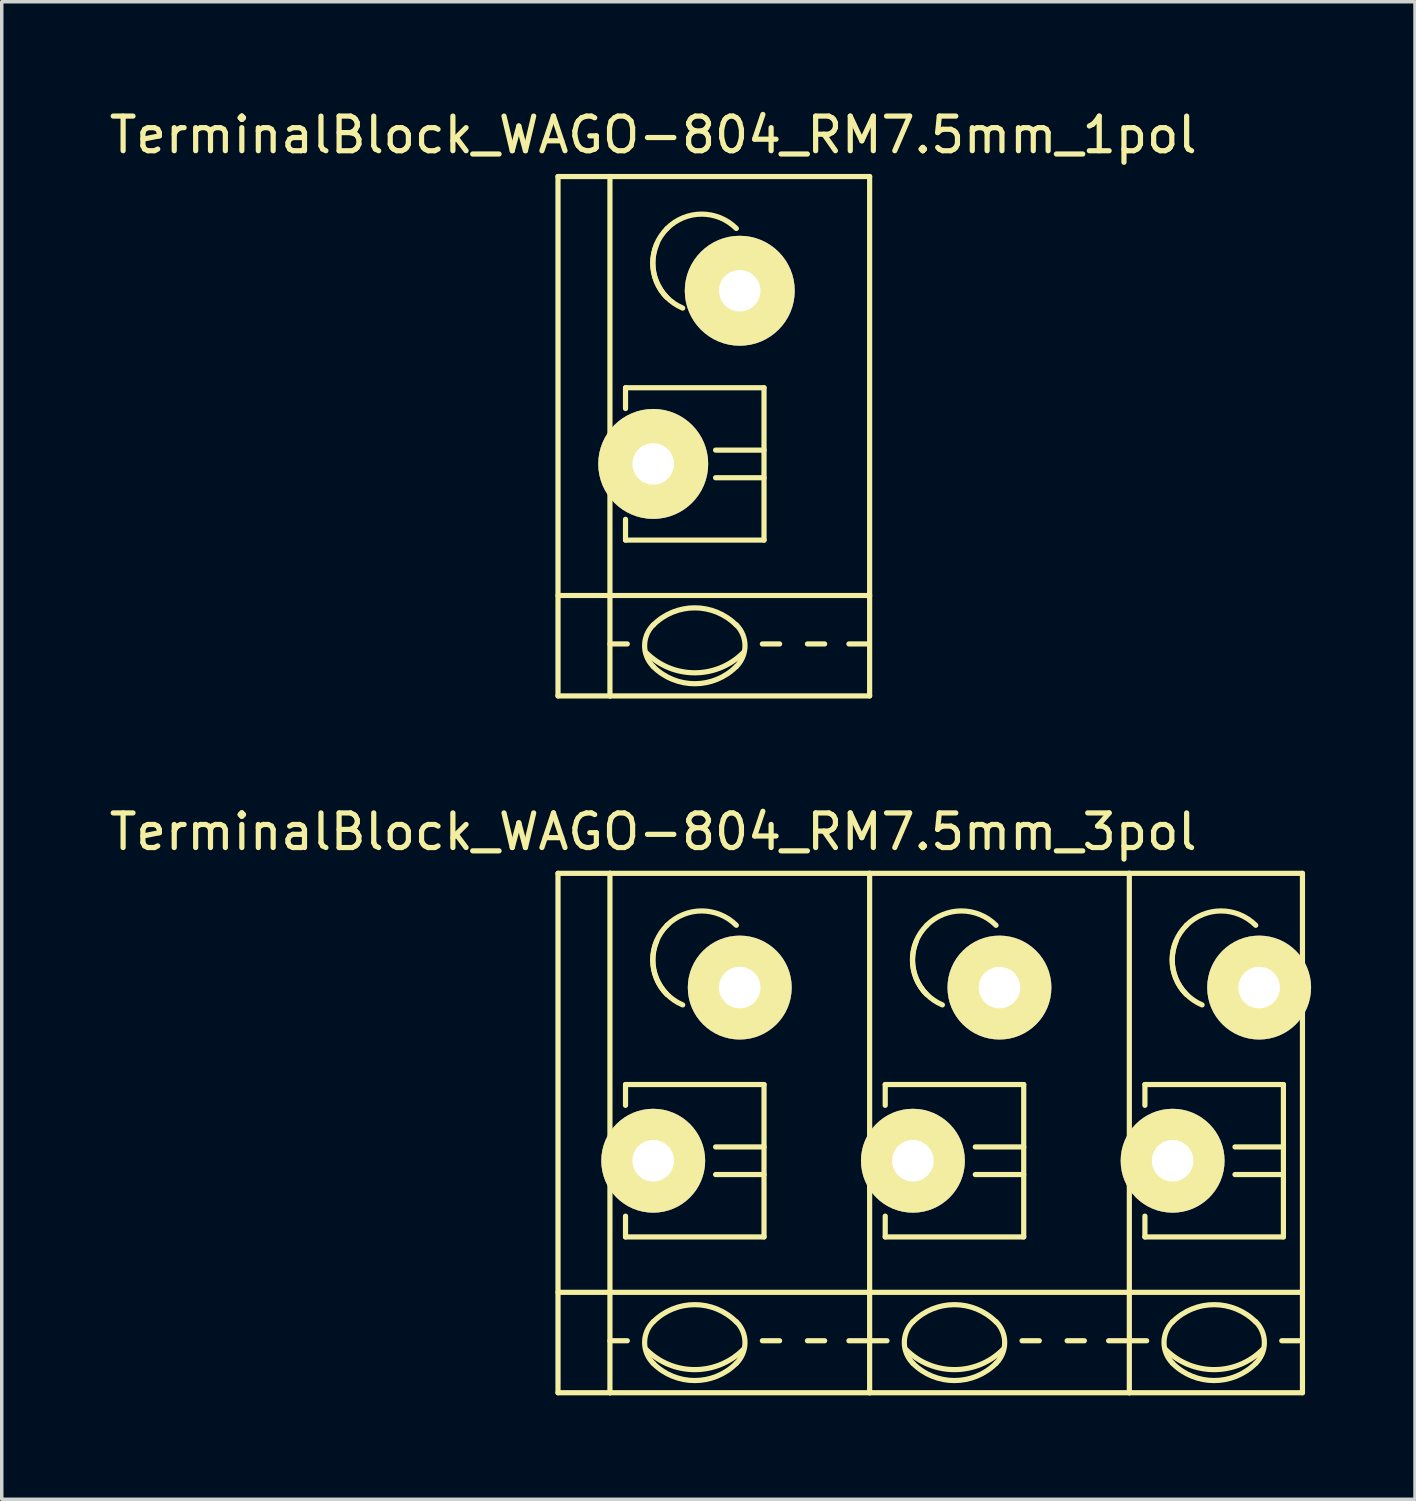
<source format=kicad_pcb>
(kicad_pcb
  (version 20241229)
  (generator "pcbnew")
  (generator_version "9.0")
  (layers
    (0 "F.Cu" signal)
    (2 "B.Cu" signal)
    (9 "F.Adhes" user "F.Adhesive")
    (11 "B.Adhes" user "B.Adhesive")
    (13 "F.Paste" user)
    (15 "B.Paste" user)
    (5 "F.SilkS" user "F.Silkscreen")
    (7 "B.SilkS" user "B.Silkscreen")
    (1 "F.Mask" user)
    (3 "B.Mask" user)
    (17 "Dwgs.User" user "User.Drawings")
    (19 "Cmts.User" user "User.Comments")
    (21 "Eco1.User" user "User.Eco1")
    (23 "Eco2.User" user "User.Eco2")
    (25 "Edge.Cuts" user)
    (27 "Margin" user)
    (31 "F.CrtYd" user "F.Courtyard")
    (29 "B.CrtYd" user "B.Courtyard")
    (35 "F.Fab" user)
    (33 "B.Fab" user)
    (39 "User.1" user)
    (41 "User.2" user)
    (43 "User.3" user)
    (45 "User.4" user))
  (footprint "TerminalBlock_WAGO-804_RM7.5mm_1pol"
    (layer "F.Cu")
    (at 15.815 10.348)
    (property "Reference" "TerminalBlock_WAGO-804_RM7.5mm_1pol" (at 0 -9.5 0) (layer "F.SilkS") (effects (font (size 1 1) (thickness 0.15))))
    (attr through_hole)
    (fp_line (start -2.75 -8.3) (end -1.25 -8.3) (stroke (width 0.15) (type solid)) (layer "F.SilkS"))
    (fp_line (start -2.75 6.7) (end -2.75 -8.3) (stroke (width 0.15) (type solid)) (layer "F.SilkS"))
    (fp_line (start -1.25 3.8) (end -2.75 3.8) (stroke (width 0.15) (type solid)) (layer "F.SilkS"))
    (fp_line (start -1.25 3.8) (end 6.25 3.8) (stroke (width 0.15) (type solid)) (layer "F.SilkS"))
    (fp_line (start -1.25 6.7) (end -2.75 6.7) (stroke (width 0.15) (type solid)) (layer "F.SilkS"))
    (fp_line (start -1.25 5.199) (end -0.749 5.199) (stroke (width 0.15) (type solid)) (layer "F.SilkS"))
    (fp_line (start -1.25 6.701) (end -1.25 -8.301) (stroke (width 0.15) (type solid)) (layer "F.SilkS"))
    (fp_line (start -0.8 -2.2) (end -0.8 -1.6) (stroke (width 0.15) (type solid)) (layer "F.SilkS"))
    (fp_line (start -0.8 -2.2) (end 3.2 -2.2) (stroke (width 0.15) (type solid)) (layer "F.SilkS"))
    (fp_line (start -0.8 2.2) (end -0.8 1.6) (stroke (width 0.15) (type solid)) (layer "F.SilkS"))
    (fp_line (start 3.2 -2.2) (end 3.2 2.2) (stroke (width 0.15) (type solid)) (layer "F.SilkS"))
    (fp_line (start 3.2 -0.399) (end 1.801 -0.399) (stroke (width 0.15) (type solid)) (layer "F.SilkS"))
    (fp_line (start 3.2 0.399) (end 1.801 0.399) (stroke (width 0.15) (type solid)) (layer "F.SilkS"))
    (fp_line (start 3.2 2.2) (end -0.8 2.2) (stroke (width 0.15) (type solid)) (layer "F.SilkS"))
    (fp_line (start 3.65 5.199) (end 3.152 5.199) (stroke (width 0.15) (type solid)) (layer "F.SilkS"))
    (fp_line (start 4.951 5.199) (end 4.454 5.199) (stroke (width 0.15) (type solid)) (layer "F.SilkS"))
    (fp_line (start 6.149 5.199) (end 5.652 5.199) (stroke (width 0.15) (type solid)) (layer "F.SilkS"))
    (fp_line (start 6.25 -8.3) (end -1.25 -8.3) (stroke (width 0.15) (type solid)) (layer "F.SilkS"))
    (fp_line (start 6.25 6.7) (end -1.25 6.7) (stroke (width 0.15) (type solid)) (layer "F.SilkS"))
    (fp_line (start 6.25 6.7) (end 6.25 -8.3) (stroke (width 0.15) (type solid)) (layer "F.SilkS"))
    (fp_arc (start 0 4.65328) (mid 1.19888 4.156688) (end 2.39776 4.65328) (stroke (width 0.15) (type solid)) (layer "F.SilkS"))
    (fp_arc (start 0 5.84962) (mid -0.248296 5.25018) (end 0 4.65074) (stroke (width 0.15) (type solid)) (layer "F.SilkS"))
    (fp_arc (start 0.39878 -6.79958) (mid 1.39954 -7.214108) (end 2.4003 -6.79958) (stroke (width 0.15) (type solid)) (layer "F.SilkS"))
    (fp_arc (start 0.39878 -4.8006) (mid -0.013952 -5.800616) (end 0.40132 -6.79958) (stroke (width 0.15) (type solid)) (layer "F.SilkS"))
    (fp_arc (start 0.8509 -4.50088) (mid 0.093811 -5.268985) (end 0.1016 -6.34746) (stroke (width 0.15) (type solid)) (layer "F.SilkS"))
    (fp_arc (start 2.4003 5.84962) (mid 1.200676 6.348008) (end 0 5.85216) (stroke (width 0.15) (type solid)) (layer "F.SilkS"))
    (fp_arc (start 2.40284 4.65074) (mid 2.650392 5.251976) (end 2.4003 5.85216) (stroke (width 0.15) (type solid)) (layer "F.SilkS"))
    (fp_arc (start 2.60096 5.45084) (mid 1.200676 6.032345) (end -0.20066 5.45338) (stroke (width 0.15) (type solid)) (layer "F.SilkS"))
    (pad "1" thru_hole circle (at 0 0) (size 3.175 3.175) (drill 1.199) (layers "*.Cu" "*.Mask" "F.SilkS"))
    (pad "1" thru_hole circle (at 2.499 -5.001) (size 3.175 3.175) (drill 1.199) (layers "*.Cu" "*.Mask" "F.SilkS")))
  (footprint "TerminalBlock_WAGO-804_RM7.5mm_3pol"
    (layer "F.Cu")
    (at 15.815 30.472)
    (property "Reference" "TerminalBlock_WAGO-804_RM7.5mm_3pol" (at 0 -9.5 0) (layer "F.SilkS") (effects (font (size 1 1) (thickness 0.15))))
    (attr through_hole)
    (fp_line (start -2.75 -8.3) (end -1.25 -8.3) (stroke (width 0.15) (type solid)) (layer "F.SilkS"))
    (fp_line (start -2.75 6.7) (end -2.75 -8.3) (stroke (width 0.15) (type solid)) (layer "F.SilkS"))
    (fp_line (start -1.25 3.8) (end -2.75 3.8) (stroke (width 0.15) (type solid)) (layer "F.SilkS"))
    (fp_line (start -1.25 3.8) (end 6.25 3.8) (stroke (width 0.15) (type solid)) (layer "F.SilkS"))
    (fp_line (start -1.25 6.7) (end -2.75 6.7) (stroke (width 0.15) (type solid)) (layer "F.SilkS"))
    (fp_line (start -1.25 5.199) (end -0.749 5.199) (stroke (width 0.15) (type solid)) (layer "F.SilkS"))
    (fp_line (start -1.25 6.701) (end -1.25 -8.301) (stroke (width 0.15) (type solid)) (layer "F.SilkS"))
    (fp_line (start -0.8 -2.2) (end -0.8 -1.6) (stroke (width 0.15) (type solid)) (layer "F.SilkS"))
    (fp_line (start -0.8 -2.2) (end 3.2 -2.2) (stroke (width 0.15) (type solid)) (layer "F.SilkS"))
    (fp_line (start -0.8 2.2) (end -0.8 1.6) (stroke (width 0.15) (type solid)) (layer "F.SilkS"))
    (fp_line (start 3.2 -2.2) (end 3.2 2.2) (stroke (width 0.15) (type solid)) (layer "F.SilkS"))
    (fp_line (start 3.2 -0.399) (end 1.801 -0.399) (stroke (width 0.15) (type solid)) (layer "F.SilkS"))
    (fp_line (start 3.2 0.399) (end 1.801 0.399) (stroke (width 0.15) (type solid)) (layer "F.SilkS"))
    (fp_line (start 3.2 2.2) (end -0.8 2.2) (stroke (width 0.15) (type solid)) (layer "F.SilkS"))
    (fp_line (start 3.65 5.199) (end 3.152 5.199) (stroke (width 0.15) (type solid)) (layer "F.SilkS"))
    (fp_line (start 4.951 5.199) (end 4.454 5.199) (stroke (width 0.15) (type solid)) (layer "F.SilkS"))
    (fp_line (start 6.149 5.199) (end 5.652 5.199) (stroke (width 0.15) (type solid)) (layer "F.SilkS"))
    (fp_line (start 6.25 -8.3) (end -1.25 -8.3) (stroke (width 0.15) (type solid)) (layer "F.SilkS"))
    (fp_line (start 6.25 3.8) (end 13.75 3.8) (stroke (width 0.15) (type solid)) (layer "F.SilkS"))
    (fp_line (start 6.25 6.7) (end -1.25 6.7) (stroke (width 0.15) (type solid)) (layer "F.SilkS"))
    (fp_line (start 6.25 5.199) (end 6.751 5.199) (stroke (width 0.15) (type solid)) (layer "F.SilkS"))
    (fp_line (start 6.25 6.701) (end 6.25 -8.301) (stroke (width 0.15) (type solid)) (layer "F.SilkS"))
    (fp_line (start 6.7 -2.2) (end 6.7 -1.6) (stroke (width 0.15) (type solid)) (layer "F.SilkS"))
    (fp_line (start 6.7 -2.2) (end 10.7 -2.2) (stroke (width 0.15) (type solid)) (layer "F.SilkS"))
    (fp_line (start 6.7 2.2) (end 6.7 1.6) (stroke (width 0.15) (type solid)) (layer "F.SilkS"))
    (fp_line (start 10.7 -2.2) (end 10.7 2.2) (stroke (width 0.15) (type solid)) (layer "F.SilkS"))
    (fp_line (start 10.7 -0.399) (end 9.301 -0.399) (stroke (width 0.15) (type solid)) (layer "F.SilkS"))
    (fp_line (start 10.7 0.399) (end 9.301 0.399) (stroke (width 0.15) (type solid)) (layer "F.SilkS"))
    (fp_line (start 10.7 2.2) (end 6.7 2.2) (stroke (width 0.15) (type solid)) (layer "F.SilkS"))
    (fp_line (start 11.15 5.199) (end 10.652 5.199) (stroke (width 0.15) (type solid)) (layer "F.SilkS"))
    (fp_line (start 12.451 5.199) (end 11.954 5.199) (stroke (width 0.15) (type solid)) (layer "F.SilkS"))
    (fp_line (start 13.649 5.199) (end 13.152 5.199) (stroke (width 0.15) (type solid)) (layer "F.SilkS"))
    (fp_line (start 13.75 -8.3) (end 6.25 -8.3) (stroke (width 0.15) (type solid)) (layer "F.SilkS"))
    (fp_line (start 13.75 -8.3) (end 18.75 -8.3) (stroke (width 0.15) (type solid)) (layer "F.SilkS"))
    (fp_line (start 13.75 3.8) (end 18.75 3.8) (stroke (width 0.15) (type solid)) (layer "F.SilkS"))
    (fp_line (start 13.75 6.7) (end 6.25 6.7) (stroke (width 0.15) (type solid)) (layer "F.SilkS"))
    (fp_line (start 13.75 6.7) (end 13.75 -8.3) (stroke (width 0.15) (type solid)) (layer "F.SilkS"))
    (fp_line (start 13.75 6.7) (end 18.75 6.7) (stroke (width 0.15) (type solid)) (layer "F.SilkS"))
    (fp_line (start 13.75 5.199) (end 14.251 5.199) (stroke (width 0.15) (type solid)) (layer "F.SilkS"))
    (fp_line (start 14.2 -2.2) (end 14.2 -1.6) (stroke (width 0.15) (type solid)) (layer "F.SilkS"))
    (fp_line (start 14.2 -2.2) (end 18.2 -2.2) (stroke (width 0.15) (type solid)) (layer "F.SilkS"))
    (fp_line (start 14.2 2.2) (end 14.2 1.6) (stroke (width 0.15) (type solid)) (layer "F.SilkS"))
    (fp_line (start 18.2 -2.2) (end 18.2 2.2) (stroke (width 0.15) (type solid)) (layer "F.SilkS"))
    (fp_line (start 18.2 -0.399) (end 16.801 -0.399) (stroke (width 0.15) (type solid)) (layer "F.SilkS"))
    (fp_line (start 18.2 0.399) (end 16.801 0.399) (stroke (width 0.15) (type solid)) (layer "F.SilkS"))
    (fp_line (start 18.2 2.2) (end 14.2 2.2) (stroke (width 0.15) (type solid)) (layer "F.SilkS"))
    (fp_line (start 18.65 5.199) (end 18.152 5.199) (stroke (width 0.15) (type solid)) (layer "F.SilkS"))
    (fp_line (start 18.75 6.7) (end 18.75 -8.3) (stroke (width 0.15) (type solid)) (layer "F.SilkS"))
    (fp_arc (start 0 4.65328) (mid 1.19888 4.156688) (end 2.39776 4.65328) (stroke (width 0.15) (type solid)) (layer "F.SilkS"))
    (fp_arc (start 0 5.84962) (mid -0.248296 5.25018) (end 0 4.65074) (stroke (width 0.15) (type solid)) (layer "F.SilkS"))
    (fp_arc (start 0.39878 -6.79958) (mid 1.39954 -7.214108) (end 2.4003 -6.79958) (stroke (width 0.15) (type solid)) (layer "F.SilkS"))
    (fp_arc (start 0.39878 -4.8006) (mid -0.013952 -5.800616) (end 0.40132 -6.79958) (stroke (width 0.15) (type solid)) (layer "F.SilkS"))
    (fp_arc (start 0.8509 -4.50088) (mid 0.093811 -5.268985) (end 0.1016 -6.34746) (stroke (width 0.15) (type solid)) (layer "F.SilkS"))
    (fp_arc (start 2.4003 5.84962) (mid 1.200676 6.348008) (end 0 5.85216) (stroke (width 0.15) (type solid)) (layer "F.SilkS"))
    (fp_arc (start 2.40284 4.65074) (mid 2.650392 5.251976) (end 2.4003 5.85216) (stroke (width 0.15) (type solid)) (layer "F.SilkS"))
    (fp_arc (start 2.60096 5.45084) (mid 1.200676 6.032345) (end -0.20066 5.45338) (stroke (width 0.15) (type solid)) (layer "F.SilkS"))
    (fp_arc (start 7.5 4.65328) (mid 8.69888 4.156688) (end 9.89776 4.65328) (stroke (width 0.15) (type solid)) (layer "F.SilkS"))
    (fp_arc (start 7.5 5.84962) (mid 7.251704 5.25018) (end 7.5 4.65074) (stroke (width 0.15) (type solid)) (layer "F.SilkS"))
    (fp_arc (start 7.89878 -6.79958) (mid 8.89954 -7.214108) (end 9.9003 -6.79958) (stroke (width 0.15) (type solid)) (layer "F.SilkS"))
    (fp_arc (start 7.89878 -4.8006) (mid 7.486048 -5.800616) (end 7.90132 -6.79958) (stroke (width 0.15) (type solid)) (layer "F.SilkS"))
    (fp_arc (start 8.3509 -4.50088) (mid 7.593811 -5.268985) (end 7.6016 -6.34746) (stroke (width 0.15) (type solid)) (layer "F.SilkS"))
    (fp_arc (start 9.9003 5.84962) (mid 8.700676 6.348008) (end 7.5 5.85216) (stroke (width 0.15) (type solid)) (layer "F.SilkS"))
    (fp_arc (start 9.90284 4.65074) (mid 10.150392 5.251976) (end 9.9003 5.85216) (stroke (width 0.15) (type solid)) (layer "F.SilkS"))
    (fp_arc (start 10.10096 5.45084) (mid 8.700676 6.032345) (end 7.29934 5.45338) (stroke (width 0.15) (type solid)) (layer "F.SilkS"))
    (fp_arc (start 15 4.65328) (mid 16.19888 4.156688) (end 17.39776 4.65328) (stroke (width 0.15) (type solid)) (layer "F.SilkS"))
    (fp_arc (start 15 5.84962) (mid 14.751704 5.25018) (end 15 4.65074) (stroke (width 0.15) (type solid)) (layer "F.SilkS"))
    (fp_arc (start 15.39878 -6.79958) (mid 16.39954 -7.214108) (end 17.4003 -6.79958) (stroke (width 0.15) (type solid)) (layer "F.SilkS"))
    (fp_arc (start 15.39878 -4.8006) (mid 14.986048 -5.800616) (end 15.40132 -6.79958) (stroke (width 0.15) (type solid)) (layer "F.SilkS"))
    (fp_arc (start 15.8509 -4.50088) (mid 15.093811 -5.268985) (end 15.1016 -6.34746) (stroke (width 0.15) (type solid)) (layer "F.SilkS"))
    (fp_arc (start 17.4003 5.84962) (mid 16.200676 6.348008) (end 15 5.85216) (stroke (width 0.15) (type solid)) (layer "F.SilkS"))
    (fp_arc (start 17.40284 4.65074) (mid 17.650392 5.251976) (end 17.4003 5.85216) (stroke (width 0.15) (type solid)) (layer "F.SilkS"))
    (fp_arc (start 17.60096 5.45084) (mid 16.200676 6.032345) (end 14.79934 5.45338) (stroke (width 0.15) (type solid)) (layer "F.SilkS"))
    (pad "1" thru_hole circle (at 0 0) (size 3 3) (drill 1.2) (layers "*.Cu" "*.Mask" "F.SilkS"))
    (pad "1" thru_hole circle (at 2.499 -5.001) (size 3 3) (drill 1.2) (layers "*.Cu" "*.Mask" "F.SilkS"))
    (pad "2" thru_hole circle (at 7.5 0) (size 3 3) (drill 1.2) (layers "*.Cu" "*.Mask" "F.SilkS"))
    (pad "2" thru_hole circle (at 9.999 -5.001) (size 3 3) (drill 1.2) (layers "*.Cu" "*.Mask" "F.SilkS"))
    (pad "3" thru_hole circle (at 15 0) (size 3 3) (drill 1.2) (layers "*.Cu" "*.Mask" "F.SilkS"))
    (pad "3" thru_hole circle (at 17.499 -5.001) (size 3 3) (drill 1.2) (layers "*.Cu" "*.Mask" "F.SilkS")))
  (gr_rect
    (start -3 -3)
    (end 37.815 40.248)
    (stroke (width 0.1) (type default))
    (fill no)
    (layer "Edge.Cuts")))
</source>
